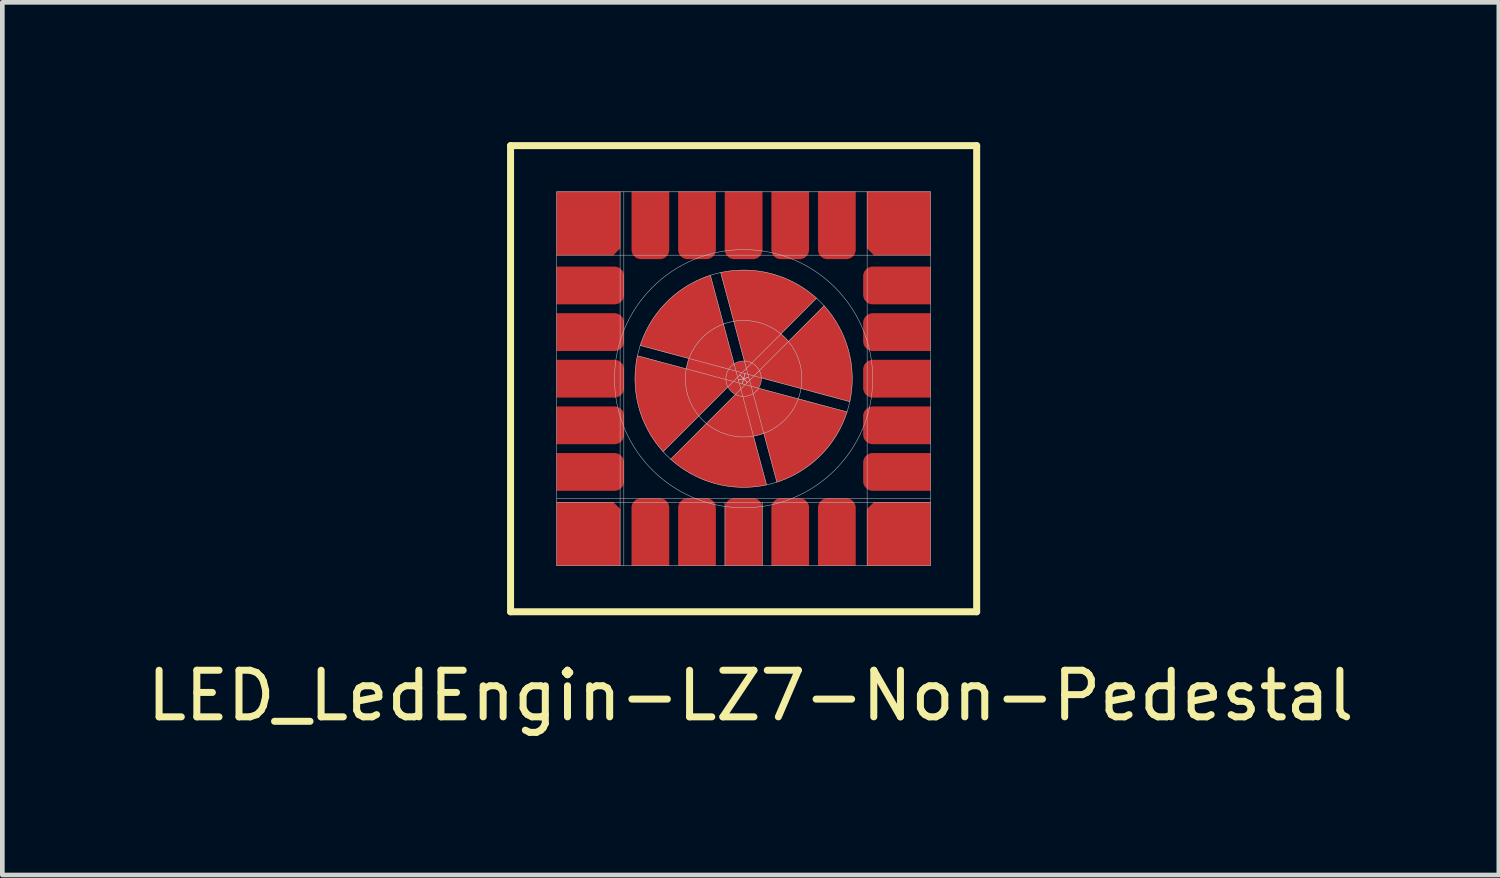
<source format=kicad_pcb>
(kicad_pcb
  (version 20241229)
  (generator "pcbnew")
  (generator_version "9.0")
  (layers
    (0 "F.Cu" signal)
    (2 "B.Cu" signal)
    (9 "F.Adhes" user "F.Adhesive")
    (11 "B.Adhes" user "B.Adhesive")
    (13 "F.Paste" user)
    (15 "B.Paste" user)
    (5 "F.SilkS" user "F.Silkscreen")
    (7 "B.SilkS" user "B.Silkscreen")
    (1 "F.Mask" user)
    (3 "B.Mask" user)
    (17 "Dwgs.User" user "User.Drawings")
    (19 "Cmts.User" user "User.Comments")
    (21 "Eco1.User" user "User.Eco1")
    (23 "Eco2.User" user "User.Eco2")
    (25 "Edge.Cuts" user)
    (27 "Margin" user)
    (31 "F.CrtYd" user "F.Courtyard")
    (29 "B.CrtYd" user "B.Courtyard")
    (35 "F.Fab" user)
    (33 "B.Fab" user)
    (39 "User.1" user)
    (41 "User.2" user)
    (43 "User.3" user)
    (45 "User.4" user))
  (footprint "LED_LedEngin-LZ7-Non-Pedestal"
    (layer "F.Cu")
    (at 12.904 5.075)
    (property "Reference" "LED_LedEngin-LZ7-Non-Pedestal" (at 0.15 6.8 0) (layer "F.SilkS") (effects (font (size 1 1) (thickness 0.15))))
    (attr smd)
    (fp_line (start -5 -5) (end -5 5) (stroke (width 0.15) (type solid)) (layer "F.SilkS"))
    (fp_line (start -5 -5) (end 5 -5) (stroke (width 0.15) (type solid)) (layer "F.SilkS"))
    (fp_line (start -5 5) (end 5 5) (stroke (width 0.15) (type solid)) (layer "F.SilkS"))
    (fp_line (start 5 -5) (end 5 5) (stroke (width 0.15) (type solid)) (layer "F.SilkS"))
    (fp_line (start 0.12 0) (end -0.11 0) (stroke (width 0.01) (type solid)) (layer "F.Paste"))
    (fp_line (start -4.01 -4.01) (end -4.01 4.01) (stroke (width 0.01) (type solid)) (layer "Dwgs.User"))
    (fp_line (start -4.01 -4.01) (end 4.01 -4.01) (stroke (width 0.01) (type solid)) (layer "Dwgs.User"))
    (fp_line (start -4.01 -2.65) (end 4.01 -2.65) (stroke (width 0.01) (type solid)) (layer "Dwgs.User"))
    (fp_line (start -4.01 2.57) (end 4.01 2.57) (stroke (width 0.01) (type solid)) (layer "Dwgs.User"))
    (fp_line (start -4.01 2.65) (end 4.01 2.65) (stroke (width 0.01) (type solid)) (layer "Dwgs.User"))
    (fp_line (start -4.01 4.01) (end 4.01 4.01) (stroke (width 0.01) (type solid)) (layer "Dwgs.User"))
    (fp_line (start -2.65 -4.01) (end -2.65 4.01) (stroke (width 0.01) (type solid)) (layer "Dwgs.User"))
    (fp_line (start -2.57 -4.01) (end -2.57 4.01) (stroke (width 0.01) (type solid)) (layer "Dwgs.User"))
    (fp_line (start -2.28 -0.492) (end -0.03 0.111) (stroke (width 0.01) (type solid)) (layer "Dwgs.User"))
    (fp_line (start -2.221 -0.714) (end 0.03 -0.111) (stroke (width 0.01) (type solid)) (layer "Dwgs.User"))
    (fp_line (start -1.729 1.566) (end -0.081 -0.081) (stroke (width 0.01) (type solid)) (layer "Dwgs.User"))
    (fp_line (start -1.566 1.729) (end 0.081 0.081) (stroke (width 0.01) (type solid)) (layer "Dwgs.User"))
    (fp_line (start -0.714 -2.221) (end -0.111 0.03) (stroke (width 0.01) (type solid)) (layer "Dwgs.User"))
    (fp_line (start -0.492 -2.28) (end 0.111 -0.03) (stroke (width 0.01) (type solid)) (layer "Dwgs.User"))
    (fp_line (start -0.4 4.01) (end -0.4 2.65) (stroke (width 0.01) (type solid)) (layer "Dwgs.User"))
    (fp_line (start -0.111 0.03) (end 0.111 -0.03) (stroke (width 0.01) (type solid)) (layer "Dwgs.User"))
    (fp_line (start -0.081 -0.081) (end 0.081 0.081) (stroke (width 0.01) (type solid)) (layer "Dwgs.User"))
    (fp_line (start -0.03 0.111) (end 0.03 -0.111) (stroke (width 0.01) (type solid)) (layer "Dwgs.User"))
    (fp_line (start 0.03 -0.111) (end -0.03 0.111) (stroke (width 0.01) (type solid)) (layer "Dwgs.User"))
    (fp_line (start 0.081 0.081) (end -0.081 -0.081) (stroke (width 0.01) (type solid)) (layer "Dwgs.User"))
    (fp_line (start 0.111 -0.03) (end -0.111 0.03) (stroke (width 0.01) (type solid)) (layer "Dwgs.User"))
    (fp_line (start 0.4 4.01) (end 0.4 2.65) (stroke (width 0.01) (type solid)) (layer "Dwgs.User"))
    (fp_line (start 0.492 2.28) (end -0.111 0.03) (stroke (width 0.01) (type solid)) (layer "Dwgs.User"))
    (fp_line (start 0.714 2.221) (end 0.111 -0.03) (stroke (width 0.01) (type solid)) (layer "Dwgs.User"))
    (fp_line (start 1.566 -1.729) (end -0.081 -0.081) (stroke (width 0.01) (type solid)) (layer "Dwgs.User"))
    (fp_line (start 1.729 -1.566) (end 0.081 0.081) (stroke (width 0.01) (type solid)) (layer "Dwgs.User"))
    (fp_line (start 2.221 0.714) (end -0.03 0.111) (stroke (width 0.01) (type solid)) (layer "Dwgs.User"))
    (fp_line (start 2.28 0.492) (end 0.03 -0.111) (stroke (width 0.01) (type solid)) (layer "Dwgs.User"))
    (fp_line (start 2.65 -4.01) (end 2.65 4.01) (stroke (width 0.01) (type solid)) (layer "Dwgs.User"))
    (fp_line (start 4.01 -4.01) (end 4.01 4.01) (stroke (width 0.01) (type solid)) (layer "Dwgs.User"))
    (fp_circle (center 0 0) (end 0.38 0) (stroke (width 0.01) (type solid)) (fill no) (layer "Dwgs.User"))
    (fp_circle (center 0 0) (end 1.25 0) (stroke (width 0.01) (type solid)) (fill no) (layer "Dwgs.User"))
    (fp_circle (center 0 0) (end 2.33 0) (stroke (width 0.01) (type solid)) (fill no) (layer "Dwgs.User"))
    (fp_circle (center 0 0) (end 2.77 0) (stroke (width 0.01) (type solid)) (fill no) (layer "Dwgs.User"))
    (pad "" smd custom (at 0 0) (size 4.41 4.41) (layers "F.Mask" "F.Paste") (options (anchor circle)) (primitives))
    (pad "1" smd custom (at -3.43 -3.35 270) (size 1 1) (layers "F.Cu" "F.Mask" "F.Paste") (options (anchor rect)) (primitives (gr_poly (pts (xy -0.66 0.58) (xy 0.7 0.58) (xy 0.7 -0.63) (xy 0.55 -0.78) (xy -0.66 -0.78)) (width 0.01) (fill yes))))
    (pad "2" smd custom (at -3.37 -2 270) (size 0.5 0.5) (layers "F.Cu" "F.Mask" "F.Paste") (options (anchor rect)) (primitives (gr_poly (pts (xy -0.4 0.64) (xy 0.4 0.64) (xy 0.4 -0.6) (xy 0.4 -0.61) (xy 0.4 -0.62) (xy 0.39 -0.66) (xy 0.38 -0.69) (xy 0.36 -0.72) (xy 0.32 -0.76) (xy 0.29 -0.78) (xy 0.26 -0.79) (xy 0.22 -0.8) (xy -0.2 -0.8) (xy -0.22 -0.8) (xy -0.26 -0.79) (xy -0.29 -0.78) (xy -0.32 -0.76) (xy -0.36 -0.72) (xy -0.38 -0.69) (xy -0.39 -0.66) (xy -0.4 -0.62) (xy -0.4 -0.6)) (width 0.01) (fill yes))))
    (pad "3" smd custom (at -3.37 -1 270) (size 0.5 0.5) (layers "F.Cu" "F.Mask" "F.Paste") (options (anchor rect)) (primitives (gr_poly (pts (xy -0.4 0.64) (xy 0.4 0.64) (xy 0.4 -0.6) (xy 0.4 -0.61) (xy 0.4 -0.62) (xy 0.39 -0.66) (xy 0.38 -0.69) (xy 0.36 -0.72) (xy 0.32 -0.76) (xy 0.29 -0.78) (xy 0.26 -0.79) (xy 0.22 -0.8) (xy -0.2 -0.8) (xy -0.22 -0.8) (xy -0.26 -0.79) (xy -0.29 -0.78) (xy -0.32 -0.76) (xy -0.36 -0.72) (xy -0.38 -0.69) (xy -0.39 -0.66) (xy -0.4 -0.62) (xy -0.4 -0.6)) (width 0.01) (fill yes))))
    (pad "4" smd custom (at -3.37 0 270) (size 0.5 0.5) (layers "F.Cu" "F.Mask" "F.Paste") (options (anchor rect)) (primitives (gr_poly (pts (xy -0.4 0.64) (xy 0.4 0.64) (xy 0.4 -0.6) (xy 0.4 -0.61) (xy 0.4 -0.62) (xy 0.39 -0.66) (xy 0.38 -0.69) (xy 0.36 -0.72) (xy 0.32 -0.76) (xy 0.29 -0.78) (xy 0.26 -0.79) (xy 0.22 -0.8) (xy -0.2 -0.8) (xy -0.22 -0.8) (xy -0.26 -0.79) (xy -0.29 -0.78) (xy -0.32 -0.76) (xy -0.36 -0.72) (xy -0.38 -0.69) (xy -0.39 -0.66) (xy -0.4 -0.62) (xy -0.4 -0.6)) (width 0.01) (fill yes))))
    (pad "5" smd custom (at -3.37 1 270) (size 0.5 0.5) (layers "F.Cu" "F.Mask" "F.Paste") (options (anchor rect)) (primitives (gr_poly (pts (xy -0.4 0.64) (xy 0.4 0.64) (xy 0.4 -0.6) (xy 0.4 -0.61) (xy 0.4 -0.62) (xy 0.39 -0.66) (xy 0.38 -0.69) (xy 0.36 -0.72) (xy 0.32 -0.76) (xy 0.29 -0.78) (xy 0.26 -0.79) (xy 0.22 -0.8) (xy -0.2 -0.8) (xy -0.22 -0.8) (xy -0.26 -0.79) (xy -0.29 -0.78) (xy -0.32 -0.76) (xy -0.36 -0.72) (xy -0.38 -0.69) (xy -0.39 -0.66) (xy -0.4 -0.62) (xy -0.4 -0.6)) (width 0.01) (fill yes))))
    (pad "6" smd custom (at -3.37 2 270) (size 0.5 0.5) (layers "F.Cu" "F.Mask" "F.Paste") (options (anchor rect)) (primitives (gr_poly (pts (xy -0.4 0.64) (xy 0.4 0.64) (xy 0.4 -0.6) (xy 0.4 -0.61) (xy 0.4 -0.62) (xy 0.39 -0.66) (xy 0.38 -0.69) (xy 0.36 -0.72) (xy 0.32 -0.76) (xy 0.29 -0.78) (xy 0.26 -0.79) (xy 0.22 -0.8) (xy -0.2 -0.8) (xy -0.22 -0.8) (xy -0.26 -0.79) (xy -0.29 -0.78) (xy -0.32 -0.76) (xy -0.36 -0.72) (xy -0.38 -0.69) (xy -0.39 -0.66) (xy -0.4 -0.62) (xy -0.4 -0.6)) (width 0.01) (fill yes))))
    (pad "7" smd custom (at -3.35 3.43) (size 1 1) (layers "F.Cu" "F.Mask" "F.Paste") (options (anchor rect)) (primitives (gr_poly (pts (xy -0.66 0.58) (xy 0.7 0.58) (xy 0.7 -0.63) (xy 0.55 -0.78) (xy -0.66 -0.78)) (width 0.01) (fill yes))))
    (pad "8" smd custom (at -2 3.37) (size 0.5 0.5) (layers "F.Cu" "F.Mask" "F.Paste") (options (anchor rect)) (primitives (gr_poly (pts (xy -0.4 0.64) (xy 0.4 0.64) (xy 0.4 -0.6) (xy 0.4 -0.61) (xy 0.4 -0.62) (xy 0.39 -0.66) (xy 0.38 -0.69) (xy 0.36 -0.72) (xy 0.32 -0.76) (xy 0.29 -0.78) (xy 0.26 -0.79) (xy 0.22 -0.8) (xy -0.2 -0.8) (xy -0.22 -0.8) (xy -0.26 -0.79) (xy -0.29 -0.78) (xy -0.32 -0.76) (xy -0.36 -0.72) (xy -0.38 -0.69) (xy -0.39 -0.66) (xy -0.4 -0.62) (xy -0.4 -0.6)) (width 0.01) (fill yes))))
    (pad "9" smd custom (at -1 3.37) (size 0.5 0.5) (layers "F.Cu" "F.Mask" "F.Paste") (options (anchor rect)) (primitives (gr_poly (pts (xy -0.4 0.64) (xy 0.4 0.64) (xy 0.4 -0.6) (xy 0.4 -0.61) (xy 0.4 -0.62) (xy 0.39 -0.66) (xy 0.38 -0.69) (xy 0.36 -0.72) (xy 0.32 -0.76) (xy 0.29 -0.78) (xy 0.26 -0.79) (xy 0.22 -0.8) (xy -0.2 -0.8) (xy -0.22 -0.8) (xy -0.26 -0.79) (xy -0.29 -0.78) (xy -0.32 -0.76) (xy -0.36 -0.72) (xy -0.38 -0.69) (xy -0.39 -0.66) (xy -0.4 -0.62) (xy -0.4 -0.6)) (width 0.01) (fill yes))))
    (pad "10" smd custom (at 0 3.37) (size 0.5 0.5) (layers "F.Cu" "F.Mask" "F.Paste") (options (anchor rect)) (primitives (gr_poly (pts (xy -0.4 0.64) (xy 0.4 0.64) (xy 0.4 -0.6) (xy 0.4 -0.61) (xy 0.4 -0.62) (xy 0.39 -0.66) (xy 0.38 -0.69) (xy 0.36 -0.72) (xy 0.32 -0.76) (xy 0.29 -0.78) (xy 0.26 -0.79) (xy 0.22 -0.8) (xy -0.2 -0.8) (xy -0.22 -0.8) (xy -0.26 -0.79) (xy -0.29 -0.78) (xy -0.32 -0.76) (xy -0.36 -0.72) (xy -0.38 -0.69) (xy -0.39 -0.66) (xy -0.4 -0.62) (xy -0.4 -0.6)) (width 0.01) (fill yes))))
    (pad "11" smd custom (at 1 3.37) (size 0.5 0.5) (layers "F.Cu" "F.Mask" "F.Paste") (options (anchor rect)) (primitives (gr_poly (pts (xy -0.4 0.64) (xy 0.4 0.64) (xy 0.4 -0.6) (xy 0.4 -0.61) (xy 0.4 -0.62) (xy 0.39 -0.66) (xy 0.38 -0.69) (xy 0.36 -0.72) (xy 0.32 -0.76) (xy 0.29 -0.78) (xy 0.26 -0.79) (xy 0.22 -0.8) (xy -0.2 -0.8) (xy -0.22 -0.8) (xy -0.26 -0.79) (xy -0.29 -0.78) (xy -0.32 -0.76) (xy -0.36 -0.72) (xy -0.38 -0.69) (xy -0.39 -0.66) (xy -0.4 -0.62) (xy -0.4 -0.6)) (width 0.01) (fill yes))))
    (pad "12" smd custom (at 2 3.37) (size 0.5 0.5) (layers "F.Cu" "F.Mask" "F.Paste") (options (anchor rect)) (primitives (gr_poly (pts (xy -0.4 0.64) (xy 0.4 0.64) (xy 0.4 -0.6) (xy 0.4 -0.61) (xy 0.4 -0.62) (xy 0.39 -0.66) (xy 0.38 -0.69) (xy 0.36 -0.72) (xy 0.32 -0.76) (xy 0.29 -0.78) (xy 0.26 -0.79) (xy 0.22 -0.8) (xy -0.2 -0.8) (xy -0.22 -0.8) (xy -0.26 -0.79) (xy -0.29 -0.78) (xy -0.32 -0.76) (xy -0.36 -0.72) (xy -0.38 -0.69) (xy -0.39 -0.66) (xy -0.4 -0.62) (xy -0.4 -0.6)) (width 0.01) (fill yes))))
    (pad "13" smd custom (at 3.43 3.35 90) (size 1 1) (layers "F.Cu" "F.Mask" "F.Paste") (options (anchor rect)) (primitives (gr_poly (pts (xy -0.66 0.58) (xy 0.7 0.58) (xy 0.7 -0.63) (xy 0.55 -0.78) (xy -0.66 -0.78)) (width 0.01) (fill yes))))
    (pad "14" smd custom (at 3.37 2 90) (size 0.5 0.5) (layers "F.Cu" "F.Mask" "F.Paste") (options (anchor rect)) (primitives (gr_poly (pts (xy -0.4 0.64) (xy 0.4 0.64) (xy 0.4 -0.6) (xy 0.4 -0.61) (xy 0.4 -0.62) (xy 0.39 -0.66) (xy 0.38 -0.69) (xy 0.36 -0.72) (xy 0.32 -0.76) (xy 0.29 -0.78) (xy 0.26 -0.79) (xy 0.22 -0.8) (xy -0.2 -0.8) (xy -0.22 -0.8) (xy -0.26 -0.79) (xy -0.29 -0.78) (xy -0.32 -0.76) (xy -0.36 -0.72) (xy -0.38 -0.69) (xy -0.39 -0.66) (xy -0.4 -0.62) (xy -0.4 -0.6)) (width 0.01) (fill yes))))
    (pad "15" smd custom (at 3.37 1 90) (size 0.5 0.5) (layers "F.Cu" "F.Mask" "F.Paste") (options (anchor rect)) (primitives (gr_poly (pts (xy -0.4 0.64) (xy 0.4 0.64) (xy 0.4 -0.6) (xy 0.4 -0.61) (xy 0.4 -0.62) (xy 0.39 -0.66) (xy 0.38 -0.69) (xy 0.36 -0.72) (xy 0.32 -0.76) (xy 0.29 -0.78) (xy 0.26 -0.79) (xy 0.22 -0.8) (xy -0.2 -0.8) (xy -0.22 -0.8) (xy -0.26 -0.79) (xy -0.29 -0.78) (xy -0.32 -0.76) (xy -0.36 -0.72) (xy -0.38 -0.69) (xy -0.39 -0.66) (xy -0.4 -0.62) (xy -0.4 -0.6)) (width 0.01) (fill yes))))
    (pad "16" smd custom (at 3.37 0 90) (size 0.5 0.5) (layers "F.Cu" "F.Mask" "F.Paste") (options (anchor rect)) (primitives (gr_poly (pts (xy -0.4 0.64) (xy 0.4 0.64) (xy 0.4 -0.6) (xy 0.4 -0.61) (xy 0.4 -0.62) (xy 0.39 -0.66) (xy 0.38 -0.69) (xy 0.36 -0.72) (xy 0.32 -0.76) (xy 0.29 -0.78) (xy 0.26 -0.79) (xy 0.22 -0.8) (xy -0.2 -0.8) (xy -0.22 -0.8) (xy -0.26 -0.79) (xy -0.29 -0.78) (xy -0.32 -0.76) (xy -0.36 -0.72) (xy -0.38 -0.69) (xy -0.39 -0.66) (xy -0.4 -0.62) (xy -0.4 -0.6)) (width 0.01) (fill yes))))
    (pad "17" smd custom (at 3.37 -1 90) (size 0.5 0.5) (layers "F.Cu" "F.Mask" "F.Paste") (options (anchor rect)) (primitives (gr_poly (pts (xy -0.4 0.64) (xy 0.4 0.64) (xy 0.4 -0.6) (xy 0.4 -0.61) (xy 0.4 -0.62) (xy 0.39 -0.66) (xy 0.38 -0.69) (xy 0.36 -0.72) (xy 0.32 -0.76) (xy 0.29 -0.78) (xy 0.26 -0.79) (xy 0.22 -0.8) (xy -0.2 -0.8) (xy -0.22 -0.8) (xy -0.26 -0.79) (xy -0.29 -0.78) (xy -0.32 -0.76) (xy -0.36 -0.72) (xy -0.38 -0.69) (xy -0.39 -0.66) (xy -0.4 -0.62) (xy -0.4 -0.6)) (width 0.01) (fill yes))))
    (pad "18" smd custom (at 3.37 -2 90) (size 0.5 0.5) (layers "F.Cu" "F.Mask" "F.Paste") (options (anchor rect)) (primitives (gr_poly (pts (xy -0.4 0.64) (xy 0.4 0.64) (xy 0.4 -0.6) (xy 0.4 -0.61) (xy 0.4 -0.62) (xy 0.39 -0.66) (xy 0.38 -0.69) (xy 0.36 -0.72) (xy 0.32 -0.76) (xy 0.29 -0.78) (xy 0.26 -0.79) (xy 0.22 -0.8) (xy -0.2 -0.8) (xy -0.22 -0.8) (xy -0.26 -0.79) (xy -0.29 -0.78) (xy -0.32 -0.76) (xy -0.36 -0.72) (xy -0.38 -0.69) (xy -0.39 -0.66) (xy -0.4 -0.62) (xy -0.4 -0.6)) (width 0.01) (fill yes))))
    (pad "19" smd custom (at 3.35 -3.43 180) (size 1 1) (layers "F.Cu" "F.Mask" "F.Paste") (options (anchor rect)) (primitives (gr_poly (pts (xy -0.66 0.58) (xy 0.7 0.58) (xy 0.7 -0.63) (xy 0.55 -0.78) (xy -0.66 -0.78)) (width 0.01) (fill yes))))
    (pad "20" smd custom (at 2 -3.37 180) (size 0.5 0.5) (layers "F.Cu" "F.Mask" "F.Paste") (options (anchor rect)) (primitives (gr_poly (pts (xy -0.4 0.64) (xy 0.4 0.64) (xy 0.4 -0.6) (xy 0.4 -0.61) (xy 0.4 -0.62) (xy 0.39 -0.66) (xy 0.38 -0.69) (xy 0.36 -0.72) (xy 0.32 -0.76) (xy 0.29 -0.78) (xy 0.26 -0.79) (xy 0.22 -0.8) (xy -0.2 -0.8) (xy -0.22 -0.8) (xy -0.26 -0.79) (xy -0.29 -0.78) (xy -0.32 -0.76) (xy -0.36 -0.72) (xy -0.38 -0.69) (xy -0.39 -0.66) (xy -0.4 -0.62) (xy -0.4 -0.6)) (width 0.01) (fill yes))))
    (pad "21" smd custom (at 1 -3.37 180) (size 0.5 0.5) (layers "F.Cu" "F.Mask" "F.Paste") (options (anchor rect)) (primitives (gr_poly (pts (xy -0.4 0.64) (xy 0.4 0.64) (xy 0.4 -0.6) (xy 0.4 -0.61) (xy 0.4 -0.62) (xy 0.39 -0.66) (xy 0.38 -0.69) (xy 0.36 -0.72) (xy 0.32 -0.76) (xy 0.29 -0.78) (xy 0.26 -0.79) (xy 0.22 -0.8) (xy -0.2 -0.8) (xy -0.22 -0.8) (xy -0.26 -0.79) (xy -0.29 -0.78) (xy -0.32 -0.76) (xy -0.36 -0.72) (xy -0.38 -0.69) (xy -0.39 -0.66) (xy -0.4 -0.62) (xy -0.4 -0.6)) (width 0.01) (fill yes))))
    (pad "22" smd custom (at 0 -3.37 180) (size 0.5 0.5) (layers "F.Cu" "F.Mask" "F.Paste") (options (anchor rect)) (primitives (gr_poly (pts (xy -0.4 0.64) (xy 0.4 0.64) (xy 0.4 -0.6) (xy 0.4 -0.61) (xy 0.4 -0.62) (xy 0.39 -0.66) (xy 0.38 -0.69) (xy 0.36 -0.72) (xy 0.32 -0.76) (xy 0.29 -0.78) (xy 0.26 -0.79) (xy 0.22 -0.8) (xy -0.2 -0.8) (xy -0.22 -0.8) (xy -0.26 -0.79) (xy -0.29 -0.78) (xy -0.32 -0.76) (xy -0.36 -0.72) (xy -0.38 -0.69) (xy -0.39 -0.66) (xy -0.4 -0.62) (xy -0.4 -0.6)) (width 0.01) (fill yes))))
    (pad "23" smd custom (at -1 -3.37 180) (size 0.5 0.5) (layers "F.Cu" "F.Mask" "F.Paste") (options (anchor rect)) (primitives (gr_poly (pts (xy -0.4 0.64) (xy 0.4 0.64) (xy 0.4 -0.6) (xy 0.4 -0.61) (xy 0.4 -0.62) (xy 0.39 -0.66) (xy 0.38 -0.69) (xy 0.36 -0.72) (xy 0.32 -0.76) (xy 0.29 -0.78) (xy 0.26 -0.79) (xy 0.22 -0.8) (xy -0.2 -0.8) (xy -0.22 -0.8) (xy -0.26 -0.79) (xy -0.29 -0.78) (xy -0.32 -0.76) (xy -0.36 -0.72) (xy -0.38 -0.69) (xy -0.39 -0.66) (xy -0.4 -0.62) (xy -0.4 -0.6)) (width 0.01) (fill yes))))
    (pad "24" smd custom (at -2 -3.37 180) (size 0.5 0.5) (layers "F.Cu" "F.Mask" "F.Paste") (options (anchor rect)) (primitives (gr_poly (pts (xy -0.4 0.64) (xy 0.4 0.64) (xy 0.4 -0.6) (xy 0.4 -0.61) (xy 0.4 -0.62) (xy 0.39 -0.66) (xy 0.38 -0.69) (xy 0.36 -0.72) (xy 0.32 -0.76) (xy 0.29 -0.78) (xy 0.26 -0.79) (xy 0.22 -0.8) (xy -0.2 -0.8) (xy -0.22 -0.8) (xy -0.26 -0.79) (xy -0.29 -0.78) (xy -0.32 -0.76) (xy -0.36 -0.72) (xy -0.38 -0.69) (xy -0.39 -0.66) (xy -0.4 -0.62) (xy -0.4 -0.6)) (width 0.01) (fill yes))))
    (pad "TH" smd custom (at 0 0) (size 0.76 0.76) (layers "F.Cu") (options (anchor circle)) (primitives (gr_poly (pts (xy -1.564 1.727) (xy -1.503 1.782) (xy -1.421 1.847) (xy -1.319 1.921) (xy -1.251 1.965) (xy -1.142 2.032) (xy -0.963 2.122) (xy -0.829 2.179) (xy -0.654 2.237) (xy -0.491 2.279) (xy -0.341 2.306) (xy -0.18 2.324) (xy -0.037 2.33) (xy 0 2.33) (xy 0.117 2.327) (xy 0.238 2.318) (xy 0.346 2.304) (xy 0.432 2.29) (xy 0.492 2.278) (xy -0.059 0.221)) (width 0.01) (fill yes)) (gr_poly (pts (xy -2.278 -0.491) (xy -2.295 -0.411) (xy -2.31 -0.307) (xy -2.323 -0.182) (xy -2.327 -0.101) (xy -2.331 0.027) (xy -2.319 0.227) (xy -2.302 0.372) (xy -2.264 0.552) (xy -2.219 0.714) (xy -2.168 0.858) (xy -2.103 1.006) (xy -2.036 1.133) (xy -2.018 1.165) (xy -1.957 1.265) (xy -1.888 1.365) (xy -1.822 1.452) (xy -1.767 1.519) (xy -1.727 1.565) (xy -0.221 0.059)) (width 0.01) (fill yes)) (gr_poly (pts (xy -0.714 -2.218) (xy -0.792 -2.193) (xy -0.889 -2.154) (xy -1.004 -2.103) (xy -1.076 -2.066) (xy -1.189 -2.005) (xy -1.356 -1.895) (xy -1.473 -1.807) (xy -1.61 -1.685) (xy -1.728 -1.565) (xy -1.827 -1.448) (xy -1.923 -1.318) (xy -1.999 -1.197) (xy -2.018 -1.165) (xy -2.074 -1.062) (xy -2.126 -0.953) (xy -2.168 -0.852) (xy -2.199 -0.771) (xy -2.219 -0.713) (xy -0.162 -0.162)) (width 0.01) (fill yes)) (gr_poly (pts (xy 0.978 -0.774) (xy 0.958 -0.803) (xy 0.94 -0.824) (xy 0.912 -0.856) (xy 0.881 -0.888) (xy 0.849 -0.917) (xy 0.823 -0.941) (xy 0.79 -0.969) (xy 0.058 -0.221) (xy 0.22 -0.059)) (width 0.01) (fill yes)) (gr_poly (pts (xy 0.714 2.218) (xy 0.792 2.193) (xy 0.889 2.154) (xy 1.004 2.103) (xy 1.076 2.066) (xy 1.189 2.005) (xy 1.356 1.895) (xy 1.473 1.807) (xy 1.61 1.685) (xy 1.728 1.565) (xy 1.827 1.448) (xy 1.923 1.318) (xy 1.999 1.197) (xy 2.018 1.165) (xy 2.074 1.062) (xy 2.126 0.953) (xy 2.168 0.852) (xy 2.199 0.771) (xy 2.219 0.713) (xy 0.162 0.162)) (width 0.01) (fill yes)) (gr_poly (pts (xy 2.278 0.491) (xy 2.295 0.411) (xy 2.31 0.307) (xy 2.323 0.182) (xy 2.327 0.101) (xy 2.331 -0.027) (xy 2.319 -0.227) (xy 2.302 -0.372) (xy 2.264 -0.552) (xy 2.219 -0.714) (xy 2.168 -0.858) (xy 2.103 -1.006) (xy 2.036 -1.133) (xy 2.018 -1.165) (xy 1.957 -1.265) (xy 1.888 -1.365) (xy 1.822 -1.452) (xy 1.767 -1.519) (xy 1.727 -1.565) (xy 0.221 -0.059)) (width 0.01) (fill yes)) (gr_poly (pts (xy 1.564 -1.727) (xy 1.503 -1.782) (xy 1.421 -1.847) (xy 1.319 -1.921) (xy 1.251 -1.965) (xy 1.142 -2.032) (xy 0.963 -2.122) (xy 0.829 -2.179) (xy 0.654 -2.237) (xy 0.491 -2.279) (xy 0.341 -2.306) (xy 0.18 -2.324) (xy 0.037 -2.33) (xy 0 -2.33) (xy -0.117 -2.327) (xy -0.238 -2.318) (xy -0.346 -2.304) (xy -0.432 -2.29) (xy -0.492 -2.278) (xy 0.059 -0.221)) (width 0.01) (fill yes)) (gr_poly (pts (xy 0.181 1.234) (xy 0.217 1.231) (xy 0.244 1.226) (xy 0.285 1.218) (xy 0.328 1.207) (xy 0.37 1.194) (xy 0.403 1.183) (xy 0.444 1.169) (xy 0.162 0.161) (xy -0.059 0.22)) (width 0.01) (fill yes)) (gr_poly (pts (xy -1.159 -0.46) (xy -1.175 -0.428) (xy -1.184 -0.402) (xy -1.197 -0.362) (xy -1.209 -0.319) (xy -1.219 -0.277) (xy -1.226 -0.242) (xy -1.234 -0.2) (xy -0.22 0.06) (xy -0.161 -0.161)) (width 0.01) (fill yes)))))
  (gr_rect
    (start -3 -3)
    (end 29.107 15.723)
    (stroke (width 0.1) (type default))
    (fill no)
    (layer "Edge.Cuts")))
</source>
